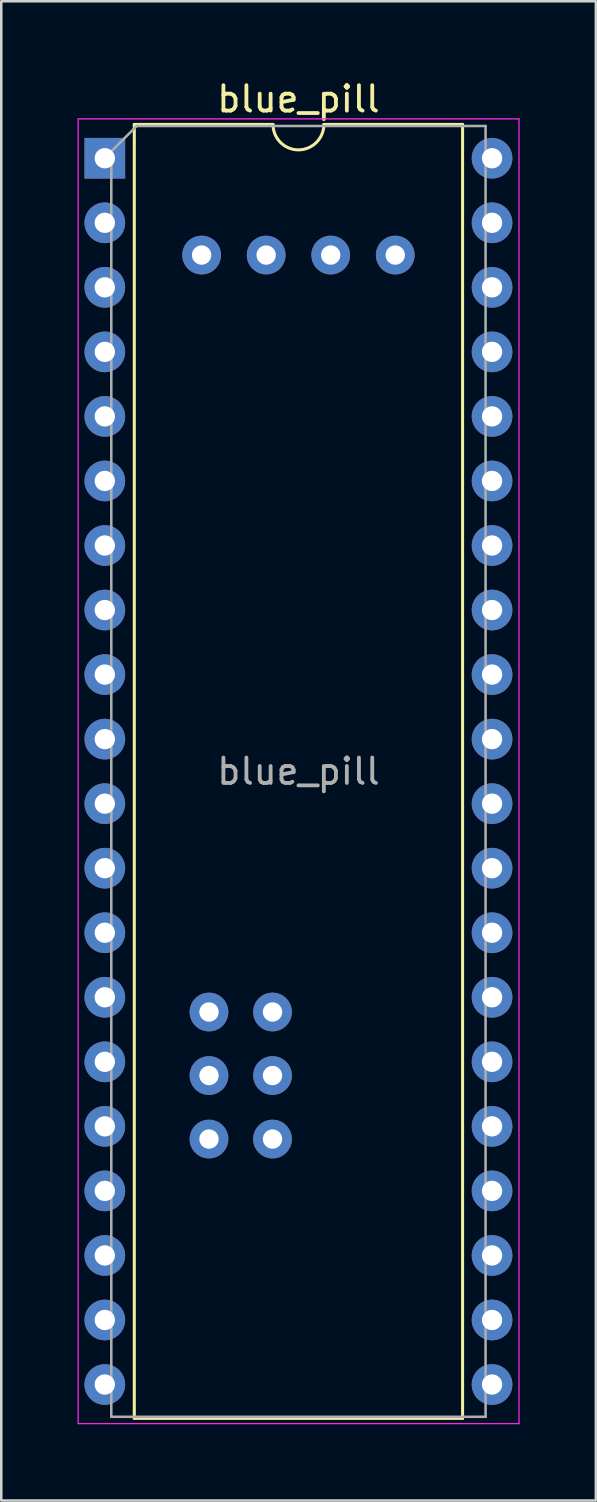
<source format=kicad_pcb>
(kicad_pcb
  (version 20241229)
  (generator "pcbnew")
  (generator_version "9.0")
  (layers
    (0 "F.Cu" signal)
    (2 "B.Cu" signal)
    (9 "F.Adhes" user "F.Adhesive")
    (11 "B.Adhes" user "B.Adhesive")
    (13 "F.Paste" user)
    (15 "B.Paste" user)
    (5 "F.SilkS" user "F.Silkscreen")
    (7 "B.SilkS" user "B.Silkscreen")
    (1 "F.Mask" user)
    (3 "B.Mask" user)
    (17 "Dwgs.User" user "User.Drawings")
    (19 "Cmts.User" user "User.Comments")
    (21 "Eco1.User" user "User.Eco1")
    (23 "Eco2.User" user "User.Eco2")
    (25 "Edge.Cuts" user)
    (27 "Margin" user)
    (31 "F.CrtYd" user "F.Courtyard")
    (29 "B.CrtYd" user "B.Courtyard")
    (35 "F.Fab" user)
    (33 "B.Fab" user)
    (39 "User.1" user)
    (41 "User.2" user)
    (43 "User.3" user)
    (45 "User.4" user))
  (footprint "blue_pill"
    (layer "F.Cu")
    (at 1.075 3.178)
    (property "Reference" "blue_pill" (at 7.62 -2.33 0) (layer "F.SilkS") (effects (font (size 1 1) (thickness 0.15))))
    (attr through_hole)
    (fp_line (start 1.16 -1.33) (end 1.16 49.59) (stroke (width 0.12) (type solid)) (layer "F.SilkS"))
    (fp_line (start 1.16 49.59) (end 14.08 49.59) (stroke (width 0.12) (type solid)) (layer "F.SilkS"))
    (fp_line (start 6.62 -1.33) (end 1.16 -1.33) (stroke (width 0.12) (type solid)) (layer "F.SilkS"))
    (fp_line (start 14.08 -1.33) (end 8.62 -1.33) (stroke (width 0.12) (type solid)) (layer "F.SilkS"))
    (fp_line (start 14.08 49.59) (end 14.08 -1.33) (stroke (width 0.12) (type solid)) (layer "F.SilkS"))
    (fp_arc (start 8.62 -1.33) (mid 7.62 -0.33) (end 6.62 -1.33) (stroke (width 0.12) (type solid)) (layer "F.SilkS"))
    (fp_line (start -1.05 -1.55) (end -1.05 49.8) (stroke (width 0.05) (type solid)) (layer "F.CrtYd"))
    (fp_line (start -1.05 49.8) (end 16.3 49.8) (stroke (width 0.05) (type solid)) (layer "F.CrtYd"))
    (fp_line (start 16.3 -1.55) (end -1.05 -1.55) (stroke (width 0.05) (type solid)) (layer "F.CrtYd"))
    (fp_line (start 16.3 49.8) (end 16.3 -1.55) (stroke (width 0.05) (type solid)) (layer "F.CrtYd"))
    (fp_line (start 0.255 -0.27) (end 1.255 -1.27) (stroke (width 0.1) (type solid)) (layer "F.Fab"))
    (fp_line (start 0.255 49.53) (end 0.255 -0.27) (stroke (width 0.1) (type solid)) (layer "F.Fab"))
    (fp_line (start 1.255 -1.27) (end 14.985 -1.27) (stroke (width 0.1) (type solid)) (layer "F.Fab"))
    (fp_line (start 14.985 -1.27) (end 14.985 49.53) (stroke (width 0.1) (type solid)) (layer "F.Fab"))
    (fp_line (start 14.985 49.53) (end 0.255 49.53) (stroke (width 0.1) (type solid)) (layer "F.Fab"))
    (fp_text user "${REFERENCE}" (at 7.62 24.13 0) (layer "F.Fab") (effects (font (size 1 1) (thickness 0.15))))
    (pad "1" thru_hole rect (at 0 0) (size 1.6 1.6) (drill 0.8) (layers "*.Cu" "*.Mask"))
    (pad "2" thru_hole oval (at 0 2.54) (size 1.6 1.6) (drill 0.8) (layers "*.Cu" "*.Mask"))
    (pad "3" thru_hole oval (at 0 5.08) (size 1.6 1.6) (drill 0.8) (layers "*.Cu" "*.Mask"))
    (pad "4" thru_hole oval (at 0 7.62) (size 1.6 1.6) (drill 0.8) (layers "*.Cu" "*.Mask"))
    (pad "5" thru_hole oval (at 0 10.16) (size 1.6 1.6) (drill 0.8) (layers "*.Cu" "*.Mask"))
    (pad "6" thru_hole oval (at 0 12.7) (size 1.6 1.6) (drill 0.8) (layers "*.Cu" "*.Mask"))
    (pad "7" thru_hole oval (at 0 15.24) (size 1.6 1.6) (drill 0.8) (layers "*.Cu" "*.Mask"))
    (pad "8" thru_hole oval (at 0 17.78) (size 1.6 1.6) (drill 0.8) (layers "*.Cu" "*.Mask"))
    (pad "9" thru_hole oval (at 0 20.32) (size 1.6 1.6) (drill 0.8) (layers "*.Cu" "*.Mask"))
    (pad "10" thru_hole oval (at 0 22.86) (size 1.6 1.6) (drill 0.8) (layers "*.Cu" "*.Mask"))
    (pad "11" thru_hole oval (at 0 25.4) (size 1.6 1.6) (drill 0.8) (layers "*.Cu" "*.Mask"))
    (pad "12" thru_hole oval (at 0 27.94) (size 1.6 1.6) (drill 0.8) (layers "*.Cu" "*.Mask"))
    (pad "13" thru_hole oval (at 0 30.48) (size 1.6 1.6) (drill 0.8) (layers "*.Cu" "*.Mask"))
    (pad "14" thru_hole oval (at 0 33.02) (size 1.6 1.6) (drill 0.8) (layers "*.Cu" "*.Mask"))
    (pad "15" thru_hole oval (at 0 35.56) (size 1.6 1.6) (drill 0.8) (layers "*.Cu" "*.Mask"))
    (pad "16" thru_hole oval (at 0 38.1) (size 1.6 1.6) (drill 0.8) (layers "*.Cu" "*.Mask"))
    (pad "17" thru_hole oval (at 0 40.64) (size 1.6 1.6) (drill 0.8) (layers "*.Cu" "*.Mask"))
    (pad "18" thru_hole oval (at 0 43.18) (size 1.6 1.6) (drill 0.8) (layers "*.Cu" "*.Mask"))
    (pad "19" thru_hole oval (at 0 45.72) (size 1.6 1.6) (drill 0.8) (layers "*.Cu" "*.Mask"))
    (pad "20" thru_hole oval (at 0 48.26) (size 1.6 1.6) (drill 0.8) (layers "*.Cu" "*.Mask"))
    (pad "21" thru_hole oval (at 15.24 48.26) (size 1.6 1.6) (drill 0.8) (layers "*.Cu" "*.Mask"))
    (pad "22" thru_hole oval (at 15.24 45.72) (size 1.6 1.6) (drill 0.8) (layers "*.Cu" "*.Mask"))
    (pad "23" thru_hole oval (at 15.24 43.18) (size 1.6 1.6) (drill 0.8) (layers "*.Cu" "*.Mask"))
    (pad "24" thru_hole oval (at 15.24 40.64) (size 1.6 1.6) (drill 0.8) (layers "*.Cu" "*.Mask"))
    (pad "25" thru_hole oval (at 15.24 38.1) (size 1.6 1.6) (drill 0.8) (layers "*.Cu" "*.Mask"))
    (pad "26" thru_hole oval (at 15.24 35.56) (size 1.6 1.6) (drill 0.8) (layers "*.Cu" "*.Mask"))
    (pad "27" thru_hole oval (at 15.24 33.02) (size 1.6 1.6) (drill 0.8) (layers "*.Cu" "*.Mask"))
    (pad "28" thru_hole oval (at 15.24 30.48) (size 1.6 1.6) (drill 0.8) (layers "*.Cu" "*.Mask"))
    (pad "29" thru_hole oval (at 15.24 27.94) (size 1.6 1.6) (drill 0.8) (layers "*.Cu" "*.Mask"))
    (pad "30" thru_hole oval (at 15.24 25.4) (size 1.6 1.6) (drill 0.8) (layers "*.Cu" "*.Mask"))
    (pad "31" thru_hole oval (at 15.24 22.86) (size 1.6 1.6) (drill 0.8) (layers "*.Cu" "*.Mask"))
    (pad "32" thru_hole oval (at 15.24 20.32) (size 1.6 1.6) (drill 0.8) (layers "*.Cu" "*.Mask"))
    (pad "33" thru_hole oval (at 15.24 17.78) (size 1.6 1.6) (drill 0.8) (layers "*.Cu" "*.Mask"))
    (pad "34" thru_hole oval (at 15.24 15.24) (size 1.6 1.6) (drill 0.8) (layers "*.Cu" "*.Mask"))
    (pad "35" thru_hole oval (at 15.24 12.7) (size 1.6 1.6) (drill 0.8) (layers "*.Cu" "*.Mask"))
    (pad "36" thru_hole oval (at 15.24 10.16) (size 1.6 1.6) (drill 0.8) (layers "*.Cu" "*.Mask"))
    (pad "37" thru_hole oval (at 15.24 7.62) (size 1.6 1.6) (drill 0.8) (layers "*.Cu" "*.Mask"))
    (pad "38" thru_hole oval (at 15.24 5.08) (size 1.6 1.6) (drill 0.8) (layers "*.Cu" "*.Mask"))
    (pad "39" thru_hole oval (at 15.24 2.54) (size 1.6 1.6) (drill 0.8) (layers "*.Cu" "*.Mask"))
    (pad "40" thru_hole oval (at 15.24 0) (size 1.6 1.6) (drill 0.8) (layers "*.Cu" "*.Mask"))
    (pad "41" thru_hole circle (at 11.43 3.81) (size 1.524 1.524) (drill 0.762) (layers "*.Cu" "*.Mask"))
    (pad "42" thru_hole circle (at 8.89 3.81) (size 1.524 1.524) (drill 0.762) (layers "*.Cu" "*.Mask"))
    (pad "43" thru_hole circle (at 6.35 3.81) (size 1.524 1.524) (drill 0.762) (layers "*.Cu" "*.Mask"))
    (pad "44" thru_hole circle (at 3.81 3.81) (size 1.524 1.524) (drill 0.762) (layers "*.Cu" "*.Mask"))
    (pad "45" thru_hole circle (at 6.6 33.6) (size 1.524 1.524) (drill 0.762) (layers "*.Cu" "*.Mask"))
    (pad "46" thru_hole circle (at 6.6 36.1) (size 1.524 1.524) (drill 0.762) (layers "*.Cu" "*.Mask"))
    (pad "47" thru_hole circle (at 6.6 38.6) (size 1.524 1.524) (drill 0.762) (layers "*.Cu" "*.Mask"))
    (pad "48" thru_hole circle (at 4.1 33.6) (size 1.524 1.524) (drill 0.762) (layers "*.Cu" "*.Mask"))
    (pad "49" thru_hole circle (at 4.1 36.1) (size 1.524 1.524) (drill 0.762) (layers "*.Cu" "*.Mask"))
    (pad "50" thru_hole circle (at 4.1 38.6) (size 1.524 1.524) (drill 0.762) (layers "*.Cu" "*.Mask")))
  (gr_rect
    (start -3 -3)
    (end 20.4 56.003)
    (stroke (width 0.1) (type default))
    (fill no)
    (layer "Edge.Cuts")))
</source>
